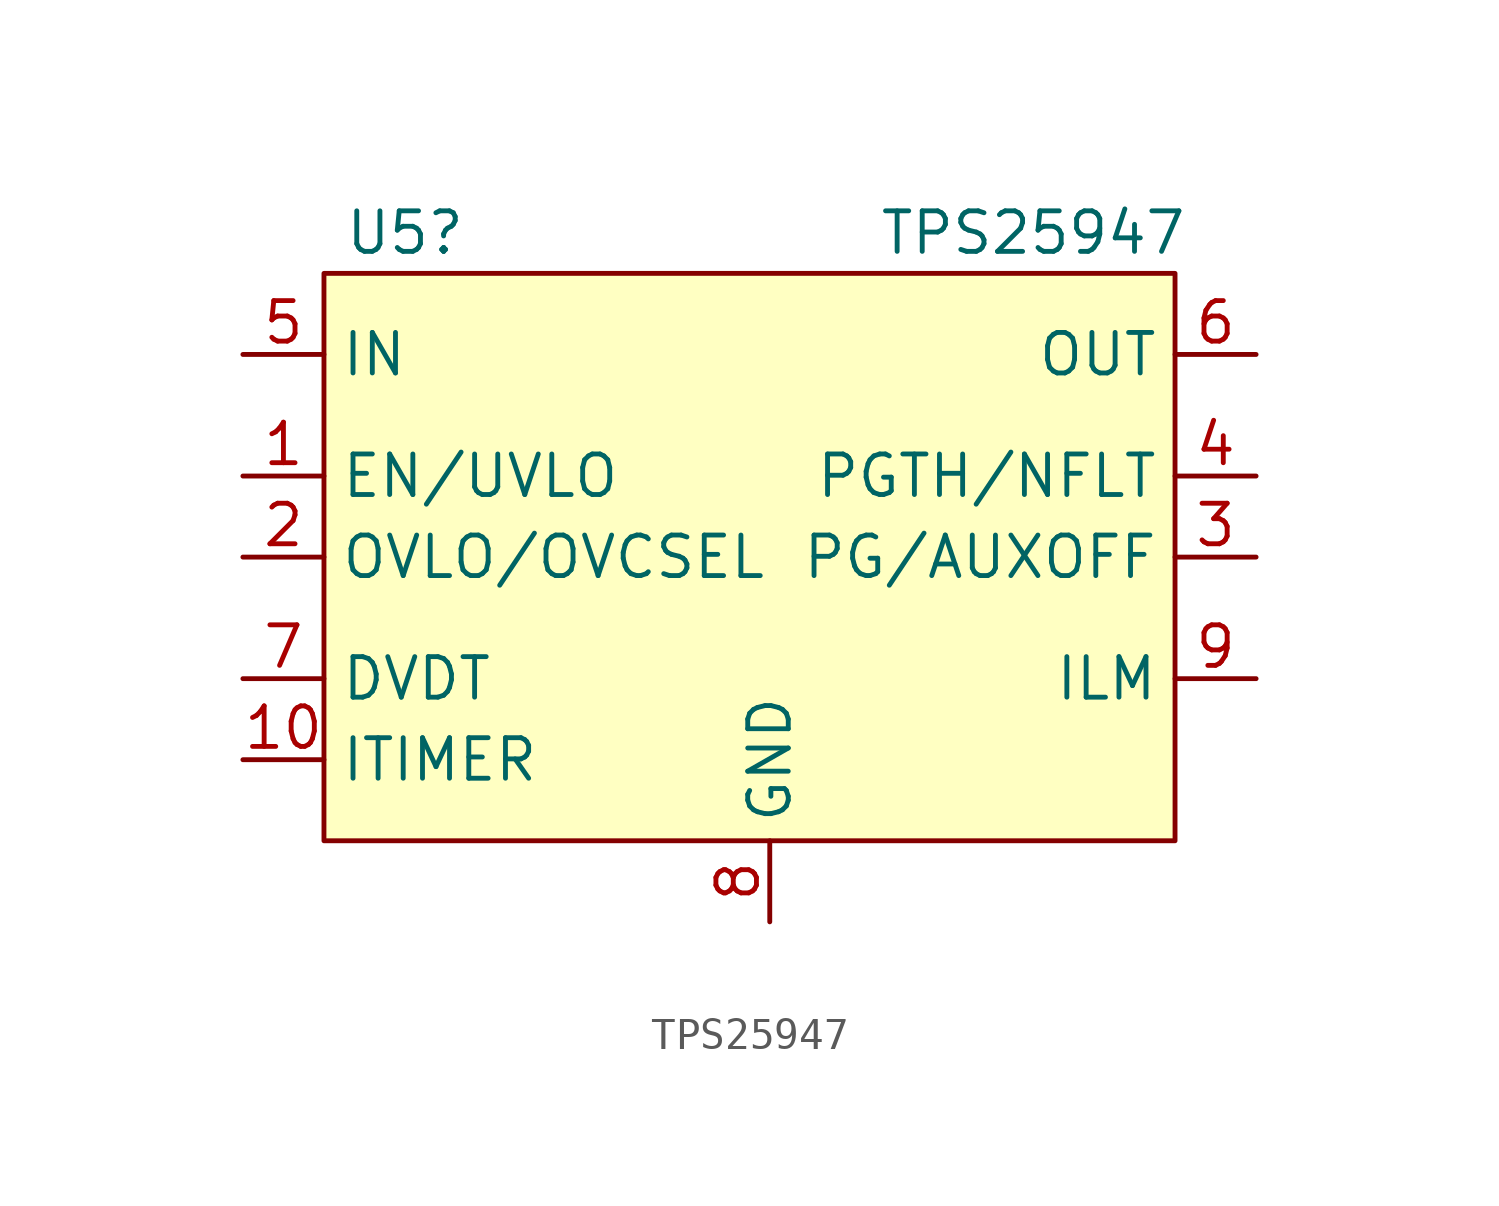
<source format=kicad_sym>
(kicad_symbol_lib
  (version 20220914)
  (generator kicad_symbol_editor)
  (symbol "TPS25947"
    (property "Reference" "U5"
      (at -11.43 12.7 0)
      (effects (font (size 1.27 1.27))))
    (property "Value" "TPS25947"
      (at 8.255 12.7 0)
      (effects (font (size 1.27 1.27))))
    (symbol "TPS25947_0_0"
      (pin input line (at -16.51 5.08 0) (length 2.54) (name "EN/UVLO" (effects (font (size 1.27 1.27)))) (number "1" (effects (font (size 1.27 1.27)))))
      (pin output line (at -16.51 -3.81 0) (length 2.54) (name "ITIMER" (effects (font (size 1.27 1.27)))) (number "10" (effects (font (size 1.27 1.27)))))
      (pin input line (at -16.51 2.54 0) (length 2.54) (name "OVLO/OVCSEL" (effects (font (size 1.27 1.27)))) (number "2" (effects (font (size 1.27 1.27)))))
      (pin output line (at 15.24 2.54 180) (length 2.54) (name "PG/AUXOFF" (effects (font (size 1.27 1.27)))) (number "3" (effects (font (size 1.27 1.27)))))
      (pin bidirectional line (at 15.24 5.08 180) (length 2.54) (name "PGTH/NFLT" (effects (font (size 1.27 1.27)))) (number "4" (effects (font (size 1.27 1.27)))))
      (pin power_in line (at -16.51 8.89 0) (length 2.54) (name "IN" (effects (font (size 1.27 1.27)))) (number "5" (effects (font (size 1.27 1.27)))))
      (pin power_out line (at 15.24 8.89 180) (length 2.54) (name "OUT" (effects (font (size 1.27 1.27)))) (number "6" (effects (font (size 1.27 1.27)))))
      (pin output line (at -16.51 -1.27 0) (length 2.54) (name "DVDT" (effects (font (size 1.27 1.27)))) (number "7" (effects (font (size 1.27 1.27)))))
      (pin input line (at 0 -8.89 90) (length 2.54) (name "GND" (effects (font (size 1.27 1.27)))) (number "8" (effects (font (size 1.27 1.27)))))
      (pin output line (at 15.24 -1.27 180) (length 2.54) (name "ILM" (effects (font (size 1.27 1.27)))) (number "9" (effects (font (size 1.27 1.27))))))
    (symbol "TPS25947_0_1"
      (rectangle (start -13.97 11.43) (end 12.7 -6.35) (stroke (width 0) (type default)) (fill (type background))))))
</source>
